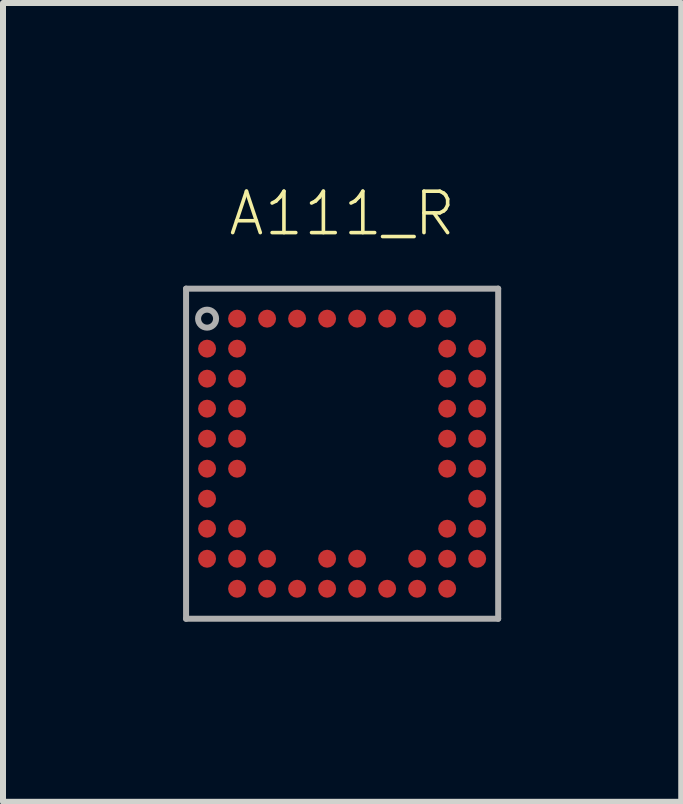
<source format=kicad_pcb>
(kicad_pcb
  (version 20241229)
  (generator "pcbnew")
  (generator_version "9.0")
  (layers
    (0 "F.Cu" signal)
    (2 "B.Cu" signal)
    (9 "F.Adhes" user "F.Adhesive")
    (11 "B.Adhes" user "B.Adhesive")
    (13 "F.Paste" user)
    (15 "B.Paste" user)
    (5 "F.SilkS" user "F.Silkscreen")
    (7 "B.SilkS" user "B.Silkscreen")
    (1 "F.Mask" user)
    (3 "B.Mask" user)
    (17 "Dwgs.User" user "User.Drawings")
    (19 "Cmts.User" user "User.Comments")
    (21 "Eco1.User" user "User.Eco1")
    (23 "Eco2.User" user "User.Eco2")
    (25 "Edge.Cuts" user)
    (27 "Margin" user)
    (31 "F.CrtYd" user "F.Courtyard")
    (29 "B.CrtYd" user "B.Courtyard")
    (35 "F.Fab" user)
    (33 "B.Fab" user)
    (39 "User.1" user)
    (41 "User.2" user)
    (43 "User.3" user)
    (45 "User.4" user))
  (footprint "A111_R"
    (layer "F.Cu")
    (at 2.65 4.509)
    (property "Reference" "A111_R" (at 0 -4 0) (unlocked yes) (layer "F.SilkS") (effects (font (size 0.69 0.69) (thickness 0.06))))
    (fp_circle (center -2.25 -1.75) (end -2.15 -1.75) (stroke (width 0.2) (type solid)) (fill yes) (layer "F.Mask"))
    (fp_circle (center -2.25 -1.25) (end -2.15 -1.25) (stroke (width 0.2) (type solid)) (fill yes) (layer "F.Mask"))
    (fp_circle (center -2.25 -0.75) (end -2.15 -0.75) (stroke (width 0.2) (type solid)) (fill yes) (layer "F.Mask"))
    (fp_circle (center -2.25 -0.25) (end -2.15 -0.25) (stroke (width 0.2) (type solid)) (fill yes) (layer "F.Mask"))
    (fp_circle (center -2.25 0.25) (end -2.15 0.25) (stroke (width 0.2) (type solid)) (fill yes) (layer "F.Mask"))
    (fp_circle (center -2.25 0.75) (end -2.15 0.75) (stroke (width 0.2) (type solid)) (fill yes) (layer "F.Mask"))
    (fp_circle (center -2.25 1.25) (end -2.15 1.25) (stroke (width 0.2) (type solid)) (fill yes) (layer "F.Mask"))
    (fp_circle (center -2.25 1.75) (end -2.15 1.75) (stroke (width 0.2) (type solid)) (fill yes) (layer "F.Mask"))
    (fp_circle (center -1.75 -2.25) (end -1.65 -2.25) (stroke (width 0.2) (type solid)) (fill yes) (layer "F.Mask"))
    (fp_circle (center -1.75 -1.75) (end -1.65 -1.75) (stroke (width 0.2) (type solid)) (fill yes) (layer "F.Mask"))
    (fp_circle (center -1.75 -1.25) (end -1.65 -1.25) (stroke (width 0.2) (type solid)) (fill yes) (layer "F.Mask"))
    (fp_circle (center -1.75 -0.75) (end -1.65 -0.75) (stroke (width 0.2) (type solid)) (fill yes) (layer "F.Mask"))
    (fp_circle (center -1.75 -0.25) (end -1.65 -0.25) (stroke (width 0.2) (type solid)) (fill yes) (layer "F.Mask"))
    (fp_circle (center -1.75 0.25) (end -1.65 0.25) (stroke (width 0.2) (type solid)) (fill yes) (layer "F.Mask"))
    (fp_circle (center -1.75 1.25) (end -1.65 1.25) (stroke (width 0.2) (type solid)) (fill yes) (layer "F.Mask"))
    (fp_circle (center -1.75 1.75) (end -1.65 1.75) (stroke (width 0.2) (type solid)) (fill yes) (layer "F.Mask"))
    (fp_circle (center -1.75 2.25) (end -1.65 2.25) (stroke (width 0.2) (type solid)) (fill yes) (layer "F.Mask"))
    (fp_circle (center -1.25 -2.25) (end -1.15 -2.25) (stroke (width 0.2) (type solid)) (fill yes) (layer "F.Mask"))
    (fp_circle (center -1.25 1.75) (end -1.15 1.75) (stroke (width 0.2) (type solid)) (fill yes) (layer "F.Mask"))
    (fp_circle (center -1.25 2.25) (end -1.15 2.25) (stroke (width 0.2) (type solid)) (fill yes) (layer "F.Mask"))
    (fp_circle (center -0.75 -2.25) (end -0.65 -2.25) (stroke (width 0.2) (type solid)) (fill yes) (layer "F.Mask"))
    (fp_circle (center -0.75 2.25) (end -0.65 2.25) (stroke (width 0.2) (type solid)) (fill yes) (layer "F.Mask"))
    (fp_circle (center -0.25 -2.25) (end -0.15 -2.25) (stroke (width 0.2) (type solid)) (fill yes) (layer "F.Mask"))
    (fp_circle (center -0.25 1.75) (end -0.15 1.75) (stroke (width 0.2) (type solid)) (fill yes) (layer "F.Mask"))
    (fp_circle (center -0.25 2.25) (end -0.15 2.25) (stroke (width 0.2) (type solid)) (fill yes) (layer "F.Mask"))
    (fp_circle (center 0.25 -2.25) (end 0.35 -2.25) (stroke (width 0.2) (type solid)) (fill yes) (layer "F.Mask"))
    (fp_circle (center 0.25 1.75) (end 0.35 1.75) (stroke (width 0.2) (type solid)) (fill yes) (layer "F.Mask"))
    (fp_circle (center 0.25 2.25) (end 0.35 2.25) (stroke (width 0.2) (type solid)) (fill yes) (layer "F.Mask"))
    (fp_circle (center 0.75 -2.25) (end 0.85 -2.25) (stroke (width 0.2) (type solid)) (fill yes) (layer "F.Mask"))
    (fp_circle (center 0.75 2.25) (end 0.85 2.25) (stroke (width 0.2) (type solid)) (fill yes) (layer "F.Mask"))
    (fp_circle (center 1.25 -2.25) (end 1.35 -2.25) (stroke (width 0.2) (type solid)) (fill yes) (layer "F.Mask"))
    (fp_circle (center 1.25 1.75) (end 1.35 1.75) (stroke (width 0.2) (type solid)) (fill yes) (layer "F.Mask"))
    (fp_circle (center 1.25 2.25) (end 1.35 2.25) (stroke (width 0.2) (type solid)) (fill yes) (layer "F.Mask"))
    (fp_circle (center 1.75 -2.25) (end 1.85 -2.25) (stroke (width 0.2) (type solid)) (fill yes) (layer "F.Mask"))
    (fp_circle (center 1.75 -1.75) (end 1.85 -1.75) (stroke (width 0.2) (type solid)) (fill yes) (layer "F.Mask"))
    (fp_circle (center 1.75 -1.25) (end 1.85 -1.25) (stroke (width 0.2) (type solid)) (fill yes) (layer "F.Mask"))
    (fp_circle (center 1.75 -0.75) (end 1.85 -0.75) (stroke (width 0.2) (type solid)) (fill yes) (layer "F.Mask"))
    (fp_circle (center 1.75 -0.25) (end 1.85 -0.25) (stroke (width 0.2) (type solid)) (fill yes) (layer "F.Mask"))
    (fp_circle (center 1.75 0.25) (end 1.85 0.25) (stroke (width 0.2) (type solid)) (fill yes) (layer "F.Mask"))
    (fp_circle (center 1.75 1.25) (end 1.85 1.25) (stroke (width 0.2) (type solid)) (fill yes) (layer "F.Mask"))
    (fp_circle (center 1.75 1.75) (end 1.85 1.75) (stroke (width 0.2) (type solid)) (fill yes) (layer "F.Mask"))
    (fp_circle (center 1.75 2.25) (end 1.85 2.25) (stroke (width 0.2) (type solid)) (fill yes) (layer "F.Mask"))
    (fp_circle (center 2.25 -1.75) (end 2.35 -1.75) (stroke (width 0.2) (type solid)) (fill yes) (layer "F.Mask"))
    (fp_circle (center 2.25 -1.25) (end 2.35 -1.25) (stroke (width 0.2) (type solid)) (fill yes) (layer "F.Mask"))
    (fp_circle (center 2.25 -0.75) (end 2.35 -0.75) (stroke (width 0.2) (type solid)) (fill yes) (layer "F.Mask"))
    (fp_circle (center 2.25 -0.25) (end 2.35 -0.25) (stroke (width 0.2) (type solid)) (fill yes) (layer "F.Mask"))
    (fp_circle (center 2.25 0.25) (end 2.35 0.25) (stroke (width 0.2) (type solid)) (fill yes) (layer "F.Mask"))
    (fp_circle (center 2.25 0.75) (end 2.35 0.75) (stroke (width 0.2) (type solid)) (fill yes) (layer "F.Mask"))
    (fp_circle (center 2.25 1.25) (end 2.35 1.25) (stroke (width 0.2) (type solid)) (fill yes) (layer "F.Mask"))
    (fp_circle (center 2.25 1.75) (end 2.35 1.75) (stroke (width 0.2) (type solid)) (fill yes) (layer "F.Mask"))
    (fp_line (start -2.6 -2.75) (end -2.6 2.75) (stroke (width 0.1) (type solid)) (layer "F.Fab"))
    (fp_line (start -2.6 2.75) (end 2.6 2.75) (stroke (width 0.1) (type solid)) (layer "F.Fab"))
    (fp_line (start 2.6 -2.75) (end -2.6 -2.75) (stroke (width 0.1) (type solid)) (layer "F.Fab"))
    (fp_line (start 2.6 2.75) (end 2.6 -2.75) (stroke (width 0.1) (type solid)) (layer "F.Fab"))
    (fp_circle (center -2.25 -2.25) (end -2.1 -2.25) (stroke (width 0.1) (type solid)) (fill no) (layer "F.Fab"))
    (pad "A2" smd roundrect (at -1.75 -2.25) (size 0.3 0.3) (layers "F.Cu" "F.Paste") (roundrect_rratio 0.5))
    (pad "A3" smd roundrect (at -1.25 -2.25) (size 0.3 0.3) (layers "F.Cu" "F.Paste") (roundrect_rratio 0.5))
    (pad "A4" smd roundrect (at -0.75 -2.25) (size 0.3 0.3) (layers "F.Cu" "F.Paste") (roundrect_rratio 0.5))
    (pad "A5" smd roundrect (at -0.25 -2.25) (size 0.3 0.3) (layers "F.Cu" "F.Paste") (roundrect_rratio 0.5))
    (pad "A6" smd roundrect (at 0.25 -2.25) (size 0.3 0.3) (layers "F.Cu" "F.Paste") (roundrect_rratio 0.5))
    (pad "A7" smd roundrect (at 0.75 -2.25) (size 0.3 0.3) (layers "F.Cu" "F.Paste") (roundrect_rratio 0.5))
    (pad "A8" smd roundrect (at 1.25 -2.25) (size 0.3 0.3) (layers "F.Cu" "F.Paste") (roundrect_rratio 0.5))
    (pad "A9" smd roundrect (at 1.75 -2.25) (size 0.3 0.3) (layers "F.Cu" "F.Paste") (roundrect_rratio 0.5))
    (pad "B1" smd roundrect (at -2.25 -1.75) (size 0.3 0.3) (layers "F.Cu" "F.Paste") (roundrect_rratio 0.5))
    (pad "B2" smd roundrect (at -1.75 -1.75) (size 0.3 0.3) (layers "F.Cu" "F.Paste") (roundrect_rratio 0.5))
    (pad "B9" smd roundrect (at 1.75 -1.75) (size 0.3 0.3) (layers "F.Cu" "F.Paste") (roundrect_rratio 0.5))
    (pad "B10" smd roundrect (at 2.25 -1.75) (size 0.3 0.3) (layers "F.Cu" "F.Paste") (roundrect_rratio 0.5))
    (pad "C1" smd roundrect (at -2.25 -1.25) (size 0.3 0.3) (layers "F.Cu" "F.Paste") (roundrect_rratio 0.5))
    (pad "C2" smd roundrect (at -1.75 -1.25) (size 0.3 0.3) (layers "F.Cu" "F.Paste") (roundrect_rratio 0.5))
    (pad "C9" smd roundrect (at 1.75 -1.25) (size 0.3 0.3) (layers "F.Cu" "F.Paste") (roundrect_rratio 0.5))
    (pad "C10" smd roundrect (at 2.25 -1.25) (size 0.3 0.3) (layers "F.Cu" "F.Paste") (roundrect_rratio 0.5))
    (pad "D1" smd roundrect (at -2.25 -0.75) (size 0.3 0.3) (layers "F.Cu" "F.Paste") (roundrect_rratio 0.5))
    (pad "D2" smd roundrect (at -1.75 -0.75) (size 0.3 0.3) (layers "F.Cu" "F.Paste") (roundrect_rratio 0.5))
    (pad "D9" smd roundrect (at 1.75 -0.75) (size 0.3 0.3) (layers "F.Cu" "F.Paste") (roundrect_rratio 0.5))
    (pad "D10" smd roundrect (at 2.25 -0.75) (size 0.3 0.3) (layers "F.Cu" "F.Paste") (roundrect_rratio 0.5))
    (pad "E1" smd roundrect (at -2.25 -0.25) (size 0.3 0.3) (layers "F.Cu" "F.Paste") (roundrect_rratio 0.5))
    (pad "E2" smd roundrect (at -1.75 -0.25) (size 0.3 0.3) (layers "F.Cu" "F.Paste") (roundrect_rratio 0.5))
    (pad "E9" smd roundrect (at 1.75 -0.25) (size 0.3 0.3) (layers "F.Cu" "F.Paste") (roundrect_rratio 0.5))
    (pad "E10" smd roundrect (at 2.25 -0.25) (size 0.3 0.3) (layers "F.Cu" "F.Paste") (roundrect_rratio 0.5))
    (pad "F1" smd roundrect (at -2.25 0.25) (size 0.3 0.3) (layers "F.Cu" "F.Paste") (roundrect_rratio 0.5))
    (pad "F2" smd roundrect (at -1.75 0.25) (size 0.3 0.3) (layers "F.Cu" "F.Paste") (roundrect_rratio 0.5))
    (pad "F9" smd roundrect (at 1.75 0.25) (size 0.3 0.3) (layers "F.Cu" "F.Paste") (roundrect_rratio 0.5))
    (pad "F10" smd roundrect (at 2.25 0.25) (size 0.3 0.3) (layers "F.Cu" "F.Paste") (roundrect_rratio 0.5))
    (pad "G1" smd roundrect (at -2.25 0.75) (size 0.3 0.3) (layers "F.Cu" "F.Paste") (roundrect_rratio 0.5))
    (pad "G10" smd roundrect (at 2.25 0.75) (size 0.3 0.3) (layers "F.Cu" "F.Paste") (roundrect_rratio 0.5))
    (pad "H1" smd roundrect (at -2.25 1.25) (size 0.3 0.3) (layers "F.Cu" "F.Paste") (roundrect_rratio 0.5))
    (pad "H2" smd roundrect (at -1.75 1.25) (size 0.3 0.3) (layers "F.Cu" "F.Paste") (roundrect_rratio 0.5))
    (pad "H9" smd roundrect (at 1.75 1.25) (size 0.3 0.3) (layers "F.Cu" "F.Paste") (roundrect_rratio 0.5))
    (pad "H10" smd roundrect (at 2.25 1.25) (size 0.3 0.3) (layers "F.Cu" "F.Paste") (roundrect_rratio 0.5))
    (pad "J1" smd roundrect (at -2.25 1.75) (size 0.3 0.3) (layers "F.Cu" "F.Paste") (roundrect_rratio 0.5))
    (pad "J2" smd roundrect (at -1.75 1.75) (size 0.3 0.3) (layers "F.Cu" "F.Paste") (roundrect_rratio 0.5))
    (pad "J3" smd roundrect (at -1.25 1.75) (size 0.3 0.3) (layers "F.Cu" "F.Paste") (roundrect_rratio 0.5))
    (pad "J5" smd roundrect (at -0.25 1.75) (size 0.3 0.3) (layers "F.Cu" "F.Paste") (roundrect_rratio 0.5))
    (pad "J6" smd roundrect (at 0.25 1.75) (size 0.3 0.3) (layers "F.Cu" "F.Paste") (roundrect_rratio 0.5))
    (pad "J8" smd roundrect (at 1.25 1.75) (size 0.3 0.3) (layers "F.Cu" "F.Paste") (roundrect_rratio 0.5))
    (pad "J9" smd roundrect (at 1.75 1.75) (size 0.3 0.3) (layers "F.Cu" "F.Paste") (roundrect_rratio 0.5))
    (pad "J10" smd roundrect (at 2.25 1.75) (size 0.3 0.3) (layers "F.Cu" "F.Paste") (roundrect_rratio 0.5))
    (pad "K2" smd roundrect (at -1.75 2.25) (size 0.3 0.3) (layers "F.Cu" "F.Paste") (roundrect_rratio 0.5))
    (pad "K3" smd roundrect (at -1.25 2.25) (size 0.3 0.3) (layers "F.Cu" "F.Paste") (roundrect_rratio 0.5))
    (pad "K4" smd roundrect (at -0.75 2.25) (size 0.3 0.3) (layers "F.Cu" "F.Paste") (roundrect_rratio 0.5))
    (pad "K5" smd roundrect (at -0.25 2.25) (size 0.3 0.3) (layers "F.Cu" "F.Paste") (roundrect_rratio 0.5))
    (pad "K6" smd roundrect (at 0.25 2.25) (size 0.3 0.3) (layers "F.Cu" "F.Paste") (roundrect_rratio 0.5))
    (pad "K7" smd roundrect (at 0.75 2.25) (size 0.3 0.3) (layers "F.Cu" "F.Paste") (roundrect_rratio 0.5))
    (pad "K8" smd roundrect (at 1.25 2.25) (size 0.3 0.3) (layers "F.Cu" "F.Paste") (roundrect_rratio 0.5))
    (pad "K9" smd roundrect (at 1.75 2.25) (size 0.3 0.3) (layers "F.Cu" "F.Paste") (roundrect_rratio 0.5)))
  (gr_rect
    (start -3 -3)
    (end 8.3 10.309)
    (stroke (width 0.1) (type default))
    (fill no)
    (layer "Edge.Cuts")))
</source>
